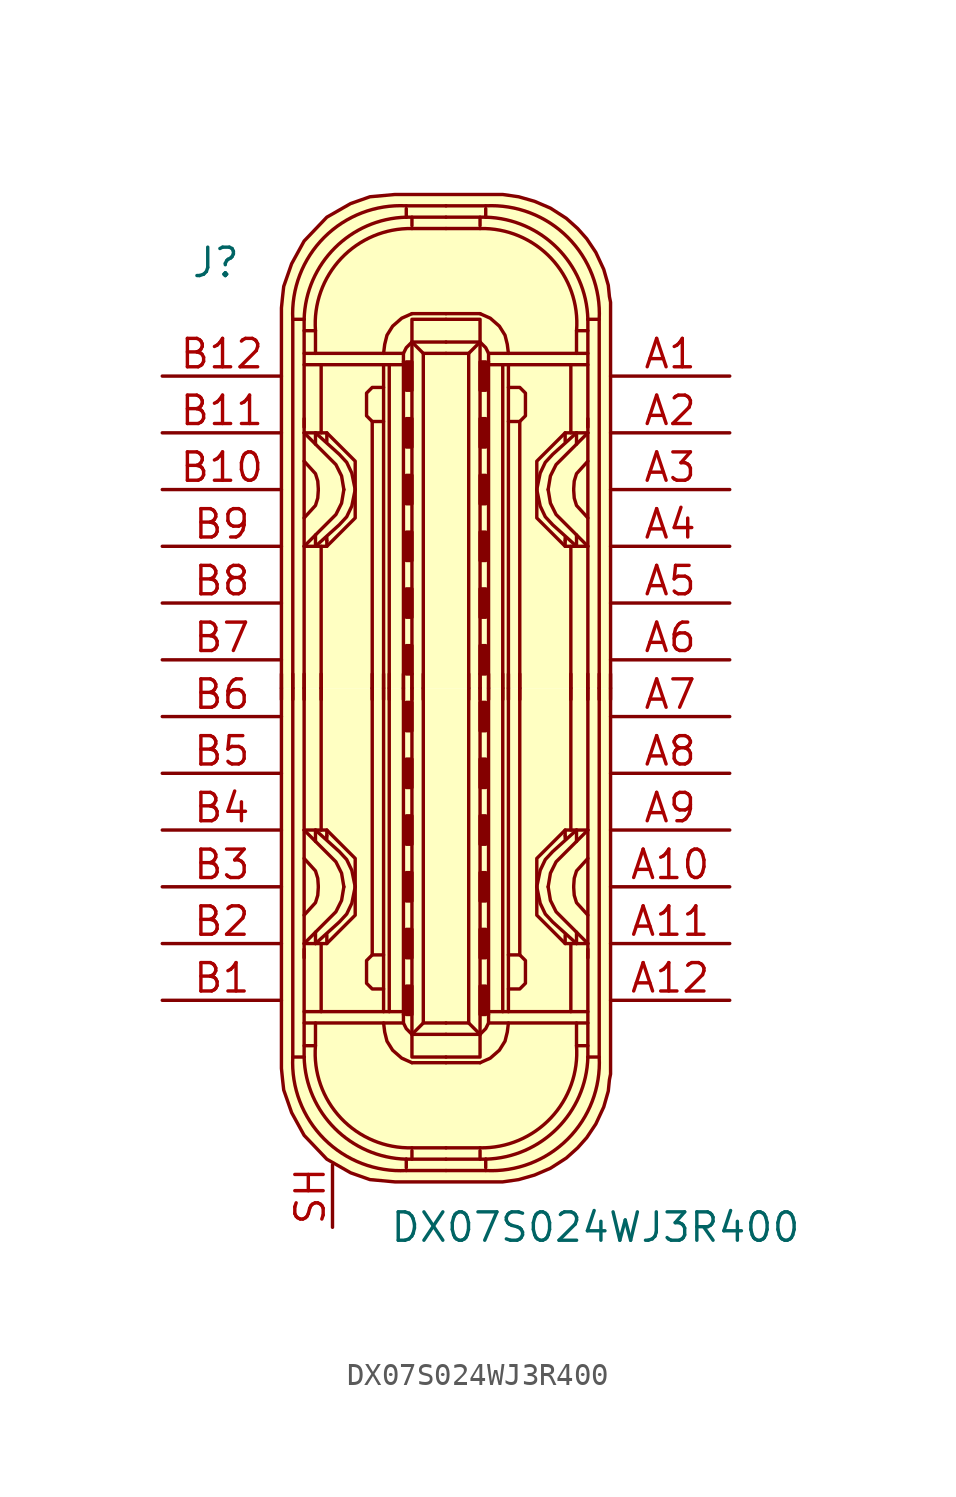
<source format=kicad_sym>
(kicad_symbol_lib
  (version 20220914)
  (generator kicad_symbol_editor)
  (symbol "DX07S024WJ3R400"
    (pin_names
      (offset 1.016))
    (property "Reference" "J"
      (at -11.43 19.05 0)
      (effects (font (size 1.27 1.27)) (justify left)))
    (property "Value" "DX07S024WJ3R400"
      (at -2.54 -24.13 0)
      (effects (font (size 1.27 1.27)) (justify left)))
    (symbol "DX07S024WJ3R400_1_1"
      (arc (start -6.858 -16.51) (mid -5.4492 -20.1812) (end -1.778 -21.59) (stroke (width 0) (type default)) (fill (type none)))
      (arc (start -6.35 -16.51) (mid -4.9749 -19.7069) (end -1.778 -21.082) (stroke (width 0) (type default)) (fill (type none)))
      (arc (start -5.842 -16.002) (mid -4.6972 -19.2495) (end -1.524 -20.574) (stroke (width 0) (type default)) (fill (type none)))
      (rectangle (start -1.778 -14.605) (end -1.524 -13.335) (stroke (width 0) (type default)) (fill (type outline)))
      (rectangle (start -1.778 -12.065) (end -1.524 -10.795) (stroke (width 0) (type default)) (fill (type outline)))
      (rectangle (start -1.778 -9.525) (end -1.524 -8.255) (stroke (width 0) (type default)) (fill (type outline)))
      (rectangle (start -1.778 -6.985) (end -1.524 -5.715) (stroke (width 0) (type default)) (fill (type outline)))
      (rectangle (start -1.778 -4.445) (end -1.524 -3.175) (stroke (width 0) (type default)) (fill (type outline)))
      (rectangle (start -1.778 -1.905) (end -1.524 -0.635) (stroke (width 0) (type default)) (fill (type outline)))
      (rectangle (start -1.778 1.905) (end -1.524 0.635) (stroke (width 0) (type default)) (fill (type outline)))
      (rectangle (start -1.778 4.445) (end -1.524 3.175) (stroke (width 0) (type default)) (fill (type outline)))
      (rectangle (start -1.778 6.985) (end -1.524 5.715) (stroke (width 0) (type default)) (fill (type outline)))
      (rectangle (start -1.778 9.525) (end -1.524 8.255) (stroke (width 0) (type default)) (fill (type outline)))
      (rectangle (start -1.778 12.065) (end -1.524 10.795) (stroke (width 0) (type default)) (fill (type outline)))
      (rectangle (start -1.778 14.605) (end -1.524 13.335) (stroke (width 0) (type default)) (fill (type outline)))
      (arc (start -1.778 21.082) (mid -4.9749 19.7069) (end -6.35 16.51) (stroke (width 0) (type default)) (fill (type none)))
      (arc (start -1.778 21.59) (mid -5.4492 20.1812) (end -6.858 16.51) (stroke (width 0) (type default)) (fill (type none)))
      (arc (start -1.524 20.574) (mid -4.6883 19.2412) (end -5.842 16.002) (stroke (width 0) (type default)) (fill (type none)))
      (polyline (pts (xy -7.366 -0.508) (xy -7.366 0.635)) (stroke (width 0) (type default)) (fill (type none)))
      (polyline (pts (xy -6.858 -0.508) (xy -6.858 0.635)) (stroke (width 0) (type default)) (fill (type none)))
      (polyline (pts (xy -6.35 -14.986) (xy -1.905 -14.986)) (stroke (width 0) (type default)) (fill (type none)))
      (polyline (pts (xy -6.35 -12.065) (xy -6.35 0)) (stroke (width 0) (type default)) (fill (type none)))
      (polyline (pts (xy -6.35 -0.508) (xy -6.35 0.635)) (stroke (width 0) (type default)) (fill (type none)))
      (polyline (pts (xy -6.35 12.065) (xy -6.35 0)) (stroke (width 0) (type default)) (fill (type none)))
      (polyline (pts (xy -6.35 14.986) (xy -1.905 14.986)) (stroke (width 0) (type default)) (fill (type none)))
      (polyline (pts (xy -5.842 -11.43) (xy -5.842 -10.922)) (stroke (width 0) (type default)) (fill (type none)))
      (polyline (pts (xy -5.842 -6.35) (xy -5.842 -6.858)) (stroke (width 0) (type default)) (fill (type none)))
      (polyline (pts (xy -5.842 6.35) (xy -5.842 6.858)) (stroke (width 0) (type default)) (fill (type none)))
      (polyline (pts (xy -5.842 11.43) (xy -5.842 10.922)) (stroke (width 0) (type default)) (fill (type none)))
      (polyline (pts (xy -5.588 -14.478) (xy -5.588 -11.43)) (stroke (width 0) (type default)) (fill (type none)))
      (polyline (pts (xy -5.588 -6.35) (xy -5.588 0)) (stroke (width 0) (type default)) (fill (type none)))
      (polyline (pts (xy -5.588 -0.508) (xy -5.588 0.635)) (stroke (width 0) (type default)) (fill (type none)))
      (polyline (pts (xy -5.588 6.35) (xy -5.588 0)) (stroke (width 0) (type default)) (fill (type none)))
      (polyline (pts (xy -5.588 14.478) (xy -5.588 11.43)) (stroke (width 0) (type default)) (fill (type none)))
      (polyline (pts (xy -5.334 -11.43) (xy -5.334 -11.049)) (stroke (width 0) (type default)) (fill (type none)))
      (polyline (pts (xy -5.334 -6.604) (xy -5.334 -6.731)) (stroke (width 0) (type default)) (fill (type none)))
      (polyline (pts (xy -5.334 -6.35) (xy -5.334 -6.604)) (stroke (width 0) (type default)) (fill (type none)))
      (polyline (pts (xy -5.334 6.35) (xy -5.334 6.604)) (stroke (width 0) (type default)) (fill (type none)))
      (polyline (pts (xy -5.334 6.604) (xy -5.334 6.731)) (stroke (width 0) (type default)) (fill (type none)))
      (polyline (pts (xy -5.334 11.43) (xy -5.334 11.049)) (stroke (width 0) (type default)) (fill (type none)))
      (polyline (pts (xy -3.302 -0.508) (xy -3.302 0.635)) (stroke (width 0) (type default)) (fill (type none)))
      (polyline (pts (xy -3.302 0) (xy -3.302 -11.938)) (stroke (width 0) (type default)) (fill (type none)))
      (polyline (pts (xy -3.302 0) (xy -3.302 11.938)) (stroke (width 0) (type default)) (fill (type none)))
      (polyline (pts (xy -2.794 -0.508) (xy -2.794 0.635)) (stroke (width 0) (type default)) (fill (type none)))
      (polyline (pts (xy -2.794 0) (xy -2.794 -14.478)) (stroke (width 0) (type default)) (fill (type none)))
      (polyline (pts (xy -2.794 0) (xy -2.794 14.478)) (stroke (width 0) (type default)) (fill (type none)))
      (polyline (pts (xy -2.54 -14.478) (xy -2.54 0)) (stroke (width 0) (type default)) (fill (type none)))
      (polyline (pts (xy -2.54 -0.508) (xy -2.54 0.635)) (stroke (width 0) (type default)) (fill (type none)))
      (polyline (pts (xy -2.54 14.478) (xy -2.54 0)) (stroke (width 0) (type default)) (fill (type none)))
      (polyline (pts (xy -1.905 -14.478) (xy -6.35 -14.478)) (stroke (width 0) (type default)) (fill (type none)))
      (polyline (pts (xy -1.905 -0.508) (xy -1.905 0.635)) (stroke (width 0) (type default)) (fill (type none)))
      (polyline (pts (xy -1.905 0) (xy -1.905 -14.605)) (stroke (width 0) (type default)) (fill (type none)))
      (polyline (pts (xy -1.905 0) (xy -1.905 14.605)) (stroke (width 0) (type default)) (fill (type none)))
      (polyline (pts (xy -1.905 14.478) (xy -6.35 14.478)) (stroke (width 0) (type default)) (fill (type none)))
      (polyline (pts (xy -1.778 -21.59) (xy 0 -21.59)) (stroke (width 0) (type default)) (fill (type background)))
      (polyline (pts (xy -1.778 -21.082) (xy -1.778 -21.463)) (stroke (width 0) (type default)) (fill (type none)))
      (polyline (pts (xy -1.778 -21.082) (xy 0 -21.082)) (stroke (width 0) (type default)) (fill (type none)))
      (polyline (pts (xy -1.778 21.082) (xy -1.778 21.463)) (stroke (width 0) (type default)) (fill (type none)))
      (polyline (pts (xy -1.778 21.082) (xy 0 21.082)) (stroke (width 0) (type default)) (fill (type none)))
      (polyline (pts (xy -1.778 21.59) (xy 0 21.59)) (stroke (width 0) (type default)) (fill (type background)))
      (polyline (pts (xy -1.524 -20.701) (xy -1.524 -21.082)) (stroke (width 0) (type default)) (fill (type none)))
      (polyline (pts (xy -1.524 -20.574) (xy 0 -20.574)) (stroke (width 0) (type default)) (fill (type none)))
      (polyline (pts (xy -1.524 -0.508) (xy -1.524 0.635)) (stroke (width 0) (type default)) (fill (type none)))
      (polyline (pts (xy -1.524 20.574) (xy 0 20.574)) (stroke (width 0) (type default)) (fill (type none)))
      (polyline (pts (xy -1.524 20.701) (xy -1.524 21.082)) (stroke (width 0) (type default)) (fill (type none)))
      (polyline (pts (xy -1.016 -14.986) (xy -1.524 -15.494)) (stroke (width 0) (type default)) (fill (type none)))
      (polyline (pts (xy -1.016 -0.508) (xy -1.016 0.635)) (stroke (width 0) (type default)) (fill (type none)))
      (polyline (pts (xy -1.016 14.986) (xy -1.524 15.494)) (stroke (width 0) (type default)) (fill (type none)))
      (polyline (pts (xy 0 -16.764) (xy -1.524 -16.764)) (stroke (width 0) (type default)) (fill (type none)))
      (polyline (pts (xy 0 -16.764) (xy 1.524 -16.764)) (stroke (width 0) (type default)) (fill (type none)))
      (polyline (pts (xy 0 16.764) (xy -1.524 16.764)) (stroke (width 0) (type default)) (fill (type none)))
      (polyline (pts (xy 0 16.764) (xy 1.524 16.764)) (stroke (width 0) (type default)) (fill (type none)))
      (polyline (pts (xy 1.016 -14.986) (xy 1.524 -15.494)) (stroke (width 0) (type default)) (fill (type none)))
      (polyline (pts (xy 1.016 -0.508) (xy 1.016 0.635)) (stroke (width 0) (type default)) (fill (type none)))
      (polyline (pts (xy 1.016 14.986) (xy 1.524 15.494)) (stroke (width 0) (type default)) (fill (type none)))
      (polyline (pts (xy 1.524 -20.701) (xy 1.524 -21.082)) (stroke (width 0) (type default)) (fill (type none)))
      (polyline (pts (xy 1.524 -20.574) (xy 0 -20.574)) (stroke (width 0) (type default)) (fill (type none)))
      (polyline (pts (xy 1.524 -0.508) (xy 1.524 0.635)) (stroke (width 0) (type default)) (fill (type none)))
      (polyline (pts (xy 1.524 20.574) (xy 0 20.574)) (stroke (width 0) (type default)) (fill (type none)))
      (polyline (pts (xy 1.524 20.701) (xy 1.524 21.082)) (stroke (width 0) (type default)) (fill (type none)))
      (polyline (pts (xy 1.778 -21.59) (xy 0 -21.59)) (stroke (width 0) (type default)) (fill (type background)))
      (polyline (pts (xy 1.778 -21.082) (xy 0 -21.082)) (stroke (width 0) (type default)) (fill (type none)))
      (polyline (pts (xy 1.778 -21.082) (xy 1.778 -21.463)) (stroke (width 0) (type default)) (fill (type none)))
      (polyline (pts (xy 1.778 21.082) (xy 0 21.082)) (stroke (width 0) (type default)) (fill (type none)))
      (polyline (pts (xy 1.778 21.082) (xy 1.778 21.463)) (stroke (width 0) (type default)) (fill (type none)))
      (polyline (pts (xy 1.778 21.59) (xy 0 21.59)) (stroke (width 0) (type default)) (fill (type background)))
      (polyline (pts (xy 1.905 -14.478) (xy 6.35 -14.478)) (stroke (width 0) (type default)) (fill (type none)))
      (polyline (pts (xy 1.905 -0.508) (xy 1.905 0.635)) (stroke (width 0) (type default)) (fill (type none)))
      (polyline (pts (xy 1.905 0) (xy 1.905 -14.605)) (stroke (width 0) (type default)) (fill (type none)))
      (polyline (pts (xy 1.905 0) (xy 1.905 14.605)) (stroke (width 0) (type default)) (fill (type none)))
      (polyline (pts (xy 1.905 14.478) (xy 6.35 14.478)) (stroke (width 0) (type default)) (fill (type none)))
      (polyline (pts (xy 2.54 -14.478) (xy 2.54 0)) (stroke (width 0) (type default)) (fill (type none)))
      (polyline (pts (xy 2.54 -0.508) (xy 2.54 0.635)) (stroke (width 0) (type default)) (fill (type none)))
      (polyline (pts (xy 2.54 14.478) (xy 2.54 0)) (stroke (width 0) (type default)) (fill (type none)))
      (polyline (pts (xy 2.794 -0.508) (xy 2.794 0.635)) (stroke (width 0) (type default)) (fill (type none)))
      (polyline (pts (xy 2.794 0) (xy 2.794 -14.478)) (stroke (width 0) (type default)) (fill (type none)))
      (polyline (pts (xy 2.794 0) (xy 2.794 14.478)) (stroke (width 0) (type default)) (fill (type none)))
      (polyline (pts (xy 3.302 -0.508) (xy 3.302 0.635)) (stroke (width 0) (type default)) (fill (type none)))
      (polyline (pts (xy 3.302 0) (xy 3.302 -11.938)) (stroke (width 0) (type default)) (fill (type none)))
      (polyline (pts (xy 3.302 0) (xy 3.302 11.938)) (stroke (width 0) (type default)) (fill (type none)))
      (polyline (pts (xy 5.334 -11.43) (xy 5.334 -11.049)) (stroke (width 0) (type default)) (fill (type none)))
      (polyline (pts (xy 5.334 -6.604) (xy 5.334 -6.731)) (stroke (width 0) (type default)) (fill (type none)))
      (polyline (pts (xy 5.334 -6.35) (xy 5.334 -6.604)) (stroke (width 0) (type default)) (fill (type none)))
      (polyline (pts (xy 5.334 6.35) (xy 5.334 6.604)) (stroke (width 0) (type default)) (fill (type none)))
      (polyline (pts (xy 5.334 6.604) (xy 5.334 6.731)) (stroke (width 0) (type default)) (fill (type none)))
      (polyline (pts (xy 5.334 11.43) (xy 5.334 11.049)) (stroke (width 0) (type default)) (fill (type none)))
      (polyline (pts (xy 5.588 -14.478) (xy 5.588 -11.43)) (stroke (width 0) (type default)) (fill (type none)))
      (polyline (pts (xy 5.588 -6.35) (xy 5.588 0)) (stroke (width 0) (type default)) (fill (type none)))
      (polyline (pts (xy 5.588 -0.508) (xy 5.588 0.635)) (stroke (width 0) (type default)) (fill (type none)))
      (polyline (pts (xy 5.588 6.35) (xy 5.588 0)) (stroke (width 0) (type default)) (fill (type none)))
      (polyline (pts (xy 5.588 14.478) (xy 5.588 11.43)) (stroke (width 0) (type default)) (fill (type none)))
      (polyline (pts (xy 5.842 -11.43) (xy 5.842 -10.922)) (stroke (width 0) (type default)) (fill (type none)))
      (polyline (pts (xy 5.842 -6.35) (xy 5.842 -6.858)) (stroke (width 0) (type default)) (fill (type none)))
      (polyline (pts (xy 5.842 6.35) (xy 5.842 6.858)) (stroke (width 0) (type default)) (fill (type none)))
      (polyline (pts (xy 5.842 11.43) (xy 5.842 10.922)) (stroke (width 0) (type default)) (fill (type none)))
      (polyline (pts (xy 6.35 -14.986) (xy 1.905 -14.986)) (stroke (width 0) (type default)) (fill (type none)))
      (polyline (pts (xy 6.35 -12.065) (xy 6.35 0)) (stroke (width 0) (type default)) (fill (type none)))
      (polyline (pts (xy 6.35 -0.508) (xy 6.35 0.635)) (stroke (width 0) (type default)) (fill (type none)))
      (polyline (pts (xy 6.35 12.065) (xy 6.35 0)) (stroke (width 0) (type default)) (fill (type none)))
      (polyline (pts (xy 6.35 14.986) (xy 1.905 14.986)) (stroke (width 0) (type default)) (fill (type none)))
      (polyline (pts (xy 6.858 -0.508) (xy 6.858 0.635)) (stroke (width 0) (type default)) (fill (type none)))
      (polyline (pts (xy 7.366 -0.508) (xy 7.366 0.635)) (stroke (width 0) (type default)) (fill (type none)))
      (polyline (pts (xy -6.35 -16.51) (xy -6.858 -16.51) (xy -6.858 0)) (stroke (width 0) (type default)) (fill (type none)))
      (polyline (pts (xy -6.35 -11.684) (xy -6.35 -15.875) (xy -6.35 -16.51)) (stroke (width 0) (type default)) (fill (type none)))
      (polyline (pts (xy -6.35 11.684) (xy -6.35 15.875) (xy -6.35 16.51)) (stroke (width 0) (type default)) (fill (type none)))
      (polyline (pts (xy -6.35 16.51) (xy -6.858 16.51) (xy -6.858 0)) (stroke (width 0) (type default)) (fill (type none)))
      (polyline (pts (xy -5.842 -14.986) (xy -5.842 -16.002) (xy -6.35 -16.002)) (stroke (width 0) (type default)) (fill (type none)))
      (polyline (pts (xy -5.842 14.986) (xy -5.842 16.002) (xy -6.35 16.002)) (stroke (width 0) (type default)) (fill (type none)))
      (polyline (pts (xy -1.524 0) (xy -1.524 -15.494) (xy 0 -15.494)) (stroke (width 0) (type default)) (fill (type none)))
      (polyline (pts (xy -1.524 0) (xy -1.524 15.494) (xy 0 15.494)) (stroke (width 0) (type default)) (fill (type none)))
      (polyline (pts (xy -1.016 0) (xy -1.016 -14.986) (xy 0 -14.986)) (stroke (width 0) (type default)) (fill (type none)))
      (polyline (pts (xy -1.016 0) (xy -1.016 14.986) (xy 0 14.986)) (stroke (width 0) (type default)) (fill (type none)))
      (polyline (pts (xy 1.016 0) (xy 1.016 -14.986) (xy 0 -14.986)) (stroke (width 0) (type default)) (fill (type none)))
      (polyline (pts (xy 1.016 0) (xy 1.016 14.986) (xy 0 14.986)) (stroke (width 0) (type default)) (fill (type none)))
      (polyline (pts (xy 1.524 0) (xy 1.524 -15.494) (xy 0 -15.494)) (stroke (width 0) (type default)) (fill (type none)))
      (polyline (pts (xy 1.524 0) (xy 1.524 15.494) (xy 0 15.494)) (stroke (width 0) (type default)) (fill (type none)))
      (polyline (pts (xy 5.842 -14.986) (xy 5.842 -16.002) (xy 6.35 -16.002)) (stroke (width 0) (type default)) (fill (type none)))
      (polyline (pts (xy 5.842 14.986) (xy 5.842 16.002) (xy 6.35 16.002)) (stroke (width 0) (type default)) (fill (type none)))
      (polyline (pts (xy 6.35 -16.51) (xy 6.858 -16.51) (xy 6.858 0)) (stroke (width 0) (type default)) (fill (type none)))
      (polyline (pts (xy 6.35 -11.684) (xy 6.35 -15.875) (xy 6.35 -16.51)) (stroke (width 0) (type default)) (fill (type none)))
      (polyline (pts (xy 6.35 11.684) (xy 6.35 15.875) (xy 6.35 16.51)) (stroke (width 0) (type default)) (fill (type none)))
      (polyline (pts (xy 6.35 16.51) (xy 6.858 16.51) (xy 6.858 0)) (stroke (width 0) (type default)) (fill (type none)))
      (polyline (pts (xy -6.35 -11.43) (xy -4.928 -10.008) (xy -4.674 -9.5) (xy -4.572 -8.89)) (stroke (width 0) (type default)) (fill (type none)))
      (polyline (pts (xy -6.35 -10.16) (xy -5.842 -9.601) (xy -5.74 -9.271) (xy -5.715 -8.915)) (stroke (width 0) (type default)) (fill (type none)))
      (polyline (pts (xy -6.35 -7.62) (xy -5.842 -8.179) (xy -5.74 -8.509) (xy -5.715 -8.865)) (stroke (width 0) (type default)) (fill (type none)))
      (polyline (pts (xy -6.35 -6.35) (xy -4.928 -7.772) (xy -4.674 -8.28) (xy -4.572 -8.89)) (stroke (width 0) (type default)) (fill (type none)))
      (polyline (pts (xy -6.35 6.35) (xy -4.928 7.772) (xy -4.674 8.28) (xy -4.572 8.89)) (stroke (width 0) (type default)) (fill (type none)))
      (polyline (pts (xy -6.35 7.62) (xy -5.842 8.179) (xy -5.74 8.509) (xy -5.715 8.865)) (stroke (width 0) (type default)) (fill (type none)))
      (polyline (pts (xy -6.35 10.16) (xy -5.842 9.601) (xy -5.74 9.271) (xy -5.715 8.915)) (stroke (width 0) (type default)) (fill (type none)))
      (polyline (pts (xy -6.35 11.43) (xy -4.928 10.008) (xy -4.674 9.5) (xy -4.572 8.89)) (stroke (width 0) (type default)) (fill (type none)))
      (polyline (pts (xy -1.905 -14.605) (xy -1.905 -14.986) (xy -1.778 -15.24) (xy -1.524 -15.494)) (stroke (width 0) (type default)) (fill (type none)))
      (polyline (pts (xy -1.905 14.605) (xy -1.905 14.986) (xy -1.778 15.24) (xy -1.524 15.494)) (stroke (width 0) (type default)) (fill (type none)))
      (polyline (pts (xy 0 -16.51) (xy -1.397 -16.51) (xy -1.524 -16.51) (xy -1.524 -15.494)) (stroke (width 0) (type default)) (fill (type none)))
      (polyline (pts (xy 0 -16.51) (xy 1.397 -16.51) (xy 1.524 -16.51) (xy 1.524 -15.494)) (stroke (width 0) (type default)) (fill (type none)))
      (polyline (pts (xy 0 16.51) (xy -1.397 16.51) (xy -1.524 16.51) (xy -1.524 15.494)) (stroke (width 0) (type default)) (fill (type none)))
      (polyline (pts (xy 0 16.51) (xy 1.397 16.51) (xy 1.524 16.51) (xy 1.524 15.494)) (stroke (width 0) (type default)) (fill (type none)))
      (polyline (pts (xy 1.905 -14.605) (xy 1.905 -14.986) (xy 1.778 -15.24) (xy 1.524 -15.494)) (stroke (width 0) (type default)) (fill (type none)))
      (polyline (pts (xy 1.905 14.605) (xy 1.905 14.986) (xy 1.778 15.24) (xy 1.524 15.494)) (stroke (width 0) (type default)) (fill (type none)))
      (polyline (pts (xy 6.35 -11.43) (xy 4.928 -10.008) (xy 4.674 -9.5) (xy 4.572 -8.89)) (stroke (width 0) (type default)) (fill (type none)))
      (polyline (pts (xy 6.35 -10.16) (xy 5.842 -9.601) (xy 5.74 -9.271) (xy 5.715 -8.915)) (stroke (width 0) (type default)) (fill (type none)))
      (polyline (pts (xy 6.35 -7.62) (xy 5.842 -8.179) (xy 5.74 -8.509) (xy 5.715 -8.865)) (stroke (width 0) (type default)) (fill (type none)))
      (polyline (pts (xy 6.35 -6.35) (xy 4.928 -7.772) (xy 4.674 -8.28) (xy 4.572 -8.89)) (stroke (width 0) (type default)) (fill (type none)))
      (polyline (pts (xy 6.35 6.35) (xy 4.928 7.772) (xy 4.674 8.28) (xy 4.572 8.89)) (stroke (width 0) (type default)) (fill (type none)))
      (polyline (pts (xy 6.35 7.62) (xy 5.842 8.179) (xy 5.74 8.509) (xy 5.715 8.865)) (stroke (width 0) (type default)) (fill (type none)))
      (polyline (pts (xy 6.35 10.16) (xy 5.842 9.601) (xy 5.74 9.271) (xy 5.715 8.915)) (stroke (width 0) (type default)) (fill (type none)))
      (polyline (pts (xy 6.35 11.43) (xy 4.928 10.008) (xy 4.674 9.5) (xy 4.572 8.89)) (stroke (width 0) (type default)) (fill (type none)))
      (polyline (pts (xy -5.842 -11.43) (xy -4.775 -10.465) (xy -4.445 -10.109) (xy -4.216 -9.627) (xy -4.064 -8.89)) (stroke (width 0) (type default)) (fill (type none)))
      (polyline (pts (xy -5.842 -6.35) (xy -4.775 -7.315) (xy -4.445 -7.671) (xy -4.216 -8.153) (xy -4.064 -8.89)) (stroke (width 0) (type default)) (fill (type none)))
      (polyline (pts (xy -5.842 6.35) (xy -4.775 7.315) (xy -4.445 7.671) (xy -4.216 8.153) (xy -4.064 8.89)) (stroke (width 0) (type default)) (fill (type none)))
      (polyline (pts (xy -5.842 11.43) (xy -4.775 10.465) (xy -4.445 10.109) (xy -4.216 9.627) (xy -4.064 8.89)) (stroke (width 0) (type default)) (fill (type none)))
      (polyline (pts (xy 5.842 -11.43) (xy 4.775 -10.465) (xy 4.445 -10.109) (xy 4.216 -9.627) (xy 4.064 -8.89)) (stroke (width 0) (type default)) (fill (type none)))
      (polyline (pts (xy 5.842 -6.35) (xy 4.775 -7.315) (xy 4.445 -7.671) (xy 4.216 -8.153) (xy 4.064 -8.89)) (stroke (width 0) (type default)) (fill (type none)))
      (polyline (pts (xy 5.842 6.35) (xy 4.775 7.315) (xy 4.445 7.671) (xy 4.216 8.153) (xy 4.064 8.89)) (stroke (width 0) (type default)) (fill (type none)))
      (polyline (pts (xy 5.842 11.43) (xy 4.775 10.465) (xy 4.445 10.109) (xy 4.216 9.627) (xy 4.064 8.89)) (stroke (width 0) (type default)) (fill (type none)))
      (polyline (pts (xy -6.35 -11.43) (xy -5.334 -11.43) (xy -4.064 -10.16) (xy -4.064 -7.62) (xy -5.334 -6.35) (xy -6.35 -6.35)) (stroke (width 0) (type default)) (fill (type none)))
      (polyline (pts (xy -6.35 11.43) (xy -5.334 11.43) (xy -4.064 10.16) (xy -4.064 7.62) (xy -5.334 6.35) (xy -6.35 6.35)) (stroke (width 0) (type default)) (fill (type none)))
      (polyline (pts (xy -2.794 -14.986) (xy -2.743 -15.392) (xy -2.642 -15.799) (xy -2.388 -16.205) (xy -1.981 -16.561) (xy -1.524 -16.764)) (stroke (width 0) (type default)) (fill (type none)))
      (polyline (pts (xy -2.794 -13.462) (xy -3.302 -13.462) (xy -3.556 -13.208) (xy -3.556 -12.192) (xy -3.302 -11.938) (xy -2.794 -11.938)) (stroke (width 0) (type default)) (fill (type none)))
      (polyline (pts (xy -2.794 13.462) (xy -3.302 13.462) (xy -3.556 13.208) (xy -3.556 12.192) (xy -3.302 11.938) (xy -2.794 11.938)) (stroke (width 0) (type default)) (fill (type none)))
      (polyline (pts (xy -2.794 14.986) (xy -2.743 15.392) (xy -2.642 15.799) (xy -2.388 16.205) (xy -1.981 16.561) (xy -1.524 16.764)) (stroke (width 0) (type default)) (fill (type none)))
      (polyline (pts (xy 2.794 -14.986) (xy 2.743 -15.392) (xy 2.642 -15.799) (xy 2.388 -16.205) (xy 1.981 -16.561) (xy 1.524 -16.764)) (stroke (width 0) (type default)) (fill (type none)))
      (polyline (pts (xy 2.794 -13.462) (xy 3.302 -13.462) (xy 3.556 -13.208) (xy 3.556 -12.192) (xy 3.302 -11.938) (xy 2.794 -11.938)) (stroke (width 0) (type default)) (fill (type none)))
      (polyline (pts (xy 2.794 13.462) (xy 3.302 13.462) (xy 3.556 13.208) (xy 3.556 12.192) (xy 3.302 11.938) (xy 2.794 11.938)) (stroke (width 0) (type default)) (fill (type none)))
      (polyline (pts (xy 2.794 14.986) (xy 2.743 15.392) (xy 2.642 15.799) (xy 2.388 16.205) (xy 1.981 16.561) (xy 1.524 16.764)) (stroke (width 0) (type default)) (fill (type none)))
      (polyline (pts (xy 6.35 -11.43) (xy 5.334 -11.43) (xy 4.064 -10.16) (xy 4.064 -7.62) (xy 5.334 -6.35) (xy 6.35 -6.35)) (stroke (width 0) (type default)) (fill (type none)))
      (polyline (pts (xy 6.35 11.43) (xy 5.334 11.43) (xy 4.064 10.16) (xy 4.064 7.62) (xy 5.334 6.35) (xy 6.35 6.35)) (stroke (width 0) (type default)) (fill (type none)))
      (polyline (pts (xy 7.366 0) (xy 7.366 -17.018) (xy 7.366 -17.272) (xy 7.315 -17.526) (xy 7.264 -18.034) (xy 7.061 -18.745) (xy 6.706 -19.507) (xy 6.299 -20.117) (xy 5.893 -20.574) (xy 5.385 -21.031) (xy 4.674 -21.488) (xy 3.962 -21.793) (xy 3.251 -21.996) (xy 2.54 -22.098) (xy -2.286 -22.098) (xy -3.404 -21.996) (xy -4.267 -21.692) (xy -5.334 -21.082) (xy -6.35 -20.015) (xy -6.909 -18.999) (xy -7.264 -17.983) (xy -7.315 -17.526) (xy -7.366 -17.018) (xy -7.366 0)) (stroke (width 0) (type default)) (fill (type background)))
      (polyline (pts (xy 7.366 0) (xy 7.366 17.018) (xy 7.366 17.272) (xy 7.315 17.526) (xy 7.264 18.034) (xy 7.061 18.745) (xy 6.706 19.507) (xy 6.299 20.117) (xy 5.893 20.574) (xy 5.385 21.031) (xy 4.674 21.488) (xy 3.962 21.793) (xy 3.251 21.996) (xy 2.54 22.098) (xy -2.286 22.098) (xy -3.404 21.996) (xy -4.267 21.692) (xy -5.334 21.082) (xy -6.35 20.015) (xy -6.909 18.999) (xy -7.264 17.983) (xy -7.315 17.526) (xy -7.366 17.018) (xy -7.366 0)) (stroke (width 0) (type default)) (fill (type background)))
      (arc (start 1.524 -20.574) (mid 4.6883 -19.2412) (end 5.842 -16.002) (stroke (width 0) (type default)) (fill (type none)))
      (arc (start 1.778 -21.59) (mid 5.4492 -20.1812) (end 6.858 -16.51) (stroke (width 0) (type default)) (fill (type none)))
      (arc (start 1.778 -21.082) (mid 4.9749 -19.7069) (end 6.35 -16.51) (stroke (width 0) (type default)) (fill (type none)))
      (rectangle (start 1.778 -14.605) (end 1.524 -13.335) (stroke (width 0) (type default)) (fill (type outline)))
      (rectangle (start 1.778 -12.065) (end 1.524 -10.795) (stroke (width 0) (type default)) (fill (type outline)))
      (rectangle (start 1.778 -9.525) (end 1.524 -8.255) (stroke (width 0) (type default)) (fill (type outline)))
      (rectangle (start 1.778 -6.985) (end 1.524 -5.715) (stroke (width 0) (type default)) (fill (type outline)))
      (rectangle (start 1.778 -4.445) (end 1.524 -3.175) (stroke (width 0) (type default)) (fill (type outline)))
      (rectangle (start 1.778 -1.905) (end 1.524 -0.635) (stroke (width 0) (type default)) (fill (type outline)))
      (rectangle (start 1.778 1.905) (end 1.524 0.635) (stroke (width 0) (type default)) (fill (type outline)))
      (rectangle (start 1.778 4.445) (end 1.524 3.175) (stroke (width 0) (type default)) (fill (type outline)))
      (rectangle (start 1.778 6.985) (end 1.524 5.715) (stroke (width 0) (type default)) (fill (type outline)))
      (rectangle (start 1.778 9.525) (end 1.524 8.255) (stroke (width 0) (type default)) (fill (type outline)))
      (rectangle (start 1.778 12.065) (end 1.524 10.795) (stroke (width 0) (type default)) (fill (type outline)))
      (rectangle (start 1.778 14.605) (end 1.524 13.335) (stroke (width 0) (type default)) (fill (type outline)))
      (arc (start 5.842 16.002) (mid 4.6972 19.2495) (end 1.524 20.574) (stroke (width 0) (type default)) (fill (type none)))
      (arc (start 6.35 16.51) (mid 4.9749 19.7069) (end 1.778 21.082) (stroke (width 0) (type default)) (fill (type none)))
      (arc (start 6.858 16.51) (mid 5.4492 20.1812) (end 1.778 21.59) (stroke (width 0) (type default)) (fill (type none)))
      (pin passive line (at 12.7 13.97 180) (length 5.334) (name "~" (effects (font (size 1.27 1.27)))) (number "A1" (effects (font (size 1.27 1.27)))))
      (pin passive line (at 12.7 -8.89 180) (length 5.334) (name "~" (effects (font (size 1.27 1.27)))) (number "A10" (effects (font (size 1.27 1.27)))))
      (pin passive line (at 12.7 -11.43 180) (length 5.334) (name "~" (effects (font (size 1.27 1.27)))) (number "A11" (effects (font (size 1.27 1.27)))))
      (pin passive line (at 12.7 -13.97 180) (length 5.334) (name "~" (effects (font (size 1.27 1.27)))) (number "A12" (effects (font (size 1.27 1.27)))))
      (pin passive line (at 12.7 11.43 180) (length 5.334) (name "~" (effects (font (size 1.27 1.27)))) (number "A2" (effects (font (size 1.27 1.27)))))
      (pin passive line (at 12.7 8.89 180) (length 5.334) (name "~" (effects (font (size 1.27 1.27)))) (number "A3" (effects (font (size 1.27 1.27)))))
      (pin passive line (at 12.7 6.35 180) (length 5.334) (name "~" (effects (font (size 1.27 1.27)))) (number "A4" (effects (font (size 1.27 1.27)))))
      (pin passive line (at 12.7 3.81 180) (length 5.334) (name "~" (effects (font (size 1.27 1.27)))) (number "A5" (effects (font (size 1.27 1.27)))))
      (pin passive line (at 12.7 1.27 180) (length 5.334) (name "~" (effects (font (size 1.27 1.27)))) (number "A6" (effects (font (size 1.27 1.27)))))
      (pin passive line (at 12.7 -1.27 180) (length 5.334) (name "~" (effects (font (size 1.27 1.27)))) (number "A7" (effects (font (size 1.27 1.27)))))
      (pin passive line (at 12.7 -3.81 180) (length 5.334) (name "~" (effects (font (size 1.27 1.27)))) (number "A8" (effects (font (size 1.27 1.27)))))
      (pin passive line (at 12.7 -6.35 180) (length 5.334) (name "~" (effects (font (size 1.27 1.27)))) (number "A9" (effects (font (size 1.27 1.27)))))
      (pin passive line (at -12.7 -13.97 0) (length 5.334) (name "~" (effects (font (size 1.27 1.27)))) (number "B1" (effects (font (size 1.27 1.27)))))
      (pin passive line (at -12.7 8.89 0) (length 5.334) (name "~" (effects (font (size 1.27 1.27)))) (number "B10" (effects (font (size 1.27 1.27)))))
      (pin passive line (at -12.7 11.43 0) (length 5.334) (name "~" (effects (font (size 1.27 1.27)))) (number "B11" (effects (font (size 1.27 1.27)))))
      (pin passive line (at -12.7 13.97 0) (length 5.334) (name "~" (effects (font (size 1.27 1.27)))) (number "B12" (effects (font (size 1.27 1.27)))))
      (pin passive line (at -12.7 -11.43 0) (length 5.334) (name "~" (effects (font (size 1.27 1.27)))) (number "B2" (effects (font (size 1.27 1.27)))))
      (pin passive line (at -12.7 -8.89 0) (length 5.334) (name "~" (effects (font (size 1.27 1.27)))) (number "B3" (effects (font (size 1.27 1.27)))))
      (pin passive line (at -12.7 -6.35 0) (length 5.334) (name "~" (effects (font (size 1.27 1.27)))) (number "B4" (effects (font (size 1.27 1.27)))))
      (pin passive line (at -12.7 -3.81 0) (length 5.334) (name "~" (effects (font (size 1.27 1.27)))) (number "B5" (effects (font (size 1.27 1.27)))))
      (pin passive line (at -12.7 -1.27 0) (length 5.334) (name "~" (effects (font (size 1.27 1.27)))) (number "B6" (effects (font (size 1.27 1.27)))))
      (pin passive line (at -12.7 1.27 0) (length 5.334) (name "~" (effects (font (size 1.27 1.27)))) (number "B7" (effects (font (size 1.27 1.27)))))
      (pin passive line (at -12.7 3.81 0) (length 5.334) (name "~" (effects (font (size 1.27 1.27)))) (number "B8" (effects (font (size 1.27 1.27)))))
      (pin passive line (at -12.7 6.35 0) (length 5.334) (name "~" (effects (font (size 1.27 1.27)))) (number "B9" (effects (font (size 1.27 1.27)))))
      (pin input line (at -5.08 -24.13 90) (length 2.794) (name "~" (effects (font (size 1.27 1.27)))) (number "SH" (effects (font (size 1.27 1.27))))))))
</source>
